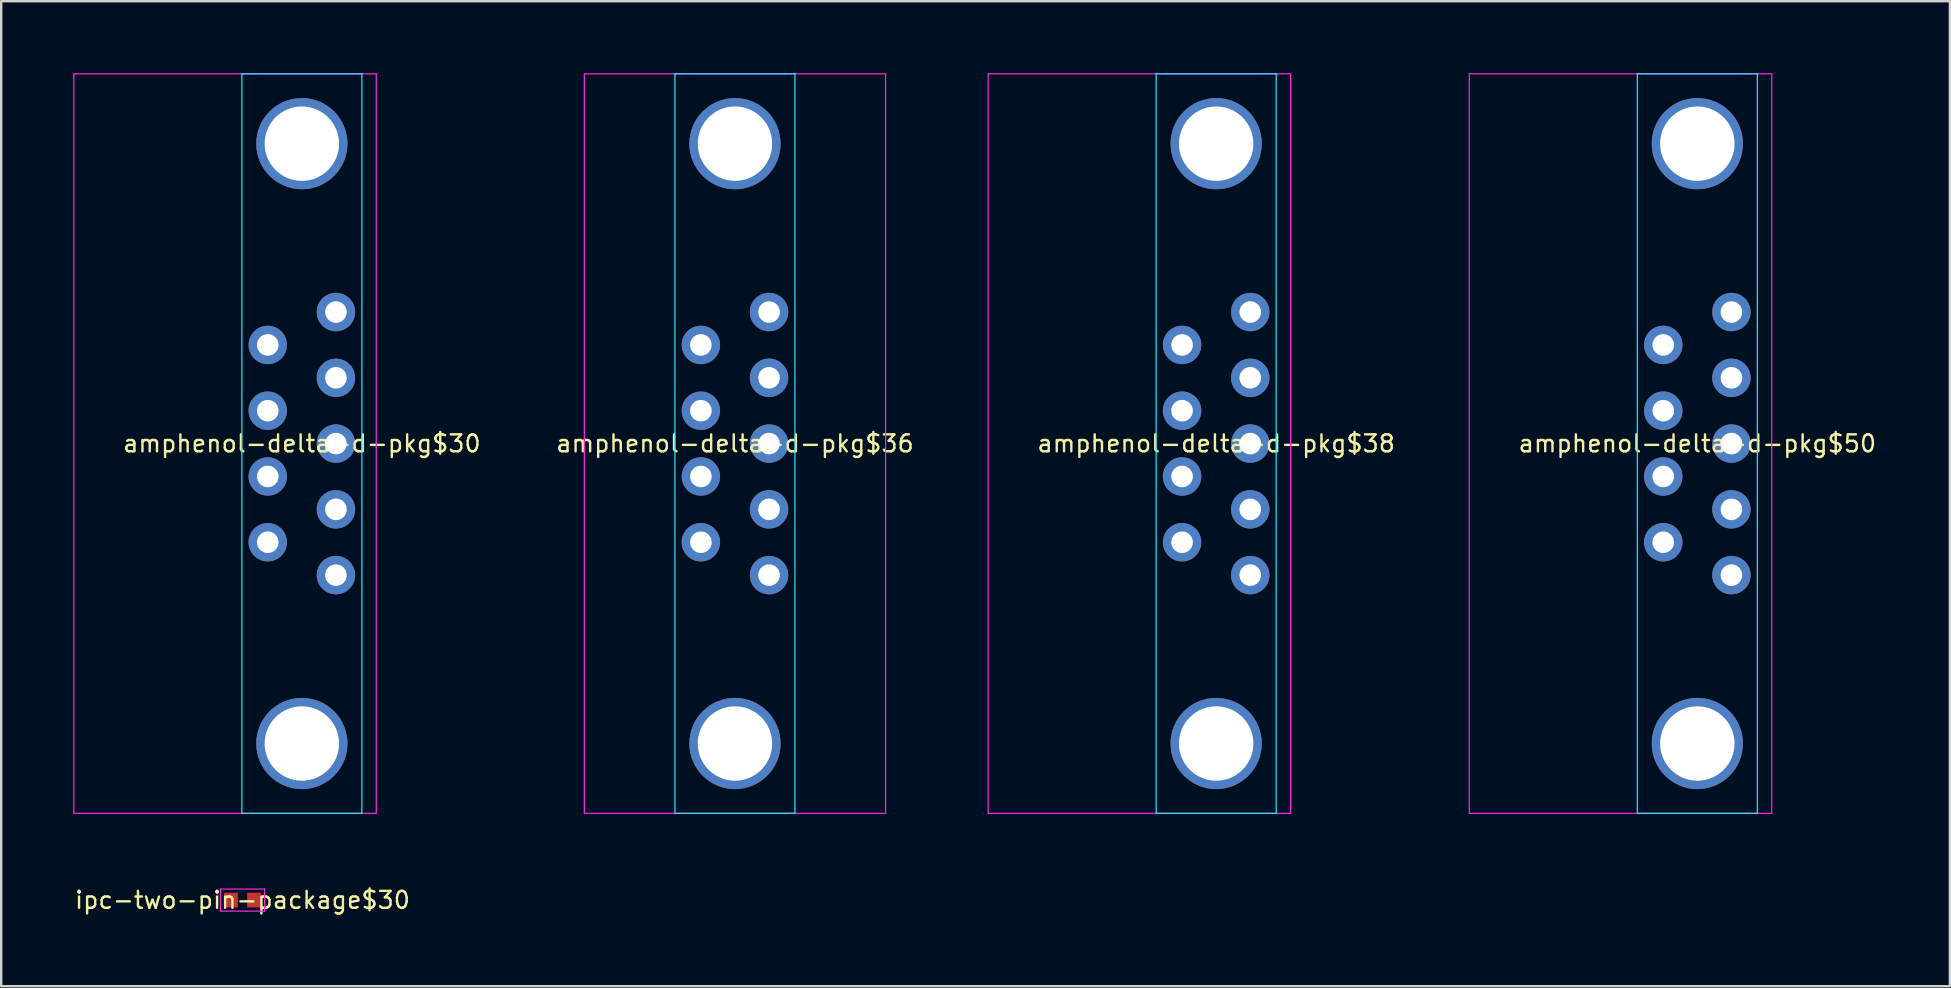
<source format=kicad_pcb>
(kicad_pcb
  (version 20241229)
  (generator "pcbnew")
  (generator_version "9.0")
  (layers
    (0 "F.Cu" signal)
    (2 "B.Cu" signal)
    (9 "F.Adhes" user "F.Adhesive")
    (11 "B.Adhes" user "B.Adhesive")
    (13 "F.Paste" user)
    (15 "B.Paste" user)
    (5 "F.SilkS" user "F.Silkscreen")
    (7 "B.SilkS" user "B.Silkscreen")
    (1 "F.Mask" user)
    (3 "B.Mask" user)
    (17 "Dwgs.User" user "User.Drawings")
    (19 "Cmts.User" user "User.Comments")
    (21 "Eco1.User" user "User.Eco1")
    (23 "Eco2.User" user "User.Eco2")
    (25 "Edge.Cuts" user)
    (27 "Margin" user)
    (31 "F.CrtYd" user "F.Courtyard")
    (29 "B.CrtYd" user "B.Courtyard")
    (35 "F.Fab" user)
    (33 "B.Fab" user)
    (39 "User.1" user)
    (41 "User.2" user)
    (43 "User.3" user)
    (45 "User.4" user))
  (footprint "ipc-two-pin-package$30"
    (layer "F.Cu")
    (at 7.051 34.448)
    (property "Reference" "ipc-two-pin-package$30" (at 0 0 0) (layer "F.SilkS") (effects (font (size 0.706 0.706) (thickness 0.1))))
    (attr through_hole)
    (fp_poly (pts (xy -0.765 0.31) (xy -0.195 0.31) (xy -0.195 -0.31) (xy -0.765 -0.31)) (stroke (width 0) (type solid)) (fill yes) (layer "F.Mask"))
    (fp_poly (pts (xy 0.195 0.31) (xy 0.765 0.31) (xy 0.765 -0.31) (xy 0.195 -0.31)) (stroke (width 0) (type solid)) (fill yes) (layer "F.Mask"))
    (fp_poly (pts (xy -0.765 0.31) (xy -0.195 0.31) (xy -0.195 -0.31) (xy -0.765 -0.31)) (stroke (width 0) (type solid)) (fill yes) (layer "F.Paste"))
    (fp_poly (pts (xy 0.195 0.31) (xy 0.765 0.31) (xy 0.765 -0.31) (xy 0.195 -0.31)) (stroke (width 0) (type solid)) (fill yes) (layer "F.Paste"))
    (fp_line (start -0.92 -0.46) (end -0.92 0.46) (stroke (width 0.05) (type solid)) (layer "F.CrtYd"))
    (fp_line (start -0.92 0.46) (end 0.92 0.46) (stroke (width 0.05) (type solid)) (layer "F.CrtYd"))
    (fp_line (start 0.92 -0.46) (end -0.92 -0.46) (stroke (width 0.05) (type solid)) (layer "F.CrtYd"))
    (fp_line (start 0.92 0.46) (end 0.92 -0.46) (stroke (width 0.05) (type solid)) (layer "F.CrtYd"))
    (pad "1" smd rect (at -0.48 0) (size 0.57 0.62) (layers "F.Cu"))
    (pad "2" smd rect (at 0.48 0) (size 0.57 0.62) (layers "F.Cu")))
  (footprint "amphenol-delta-d-pkg$38"
    (layer "F.Cu")
    (at 47.616 15.43)
    (property "Reference" "amphenol-delta-d-pkg$38" (at 0 0 0) (layer "F.SilkS") (effects (font (size 0.706 0.706) (thickness 0.1))))
    (attr through_hole)
    (fp_line (start -2.5 -15.405) (end -2.5 15.405) (stroke (width 0.05) (type solid)) (layer "B.CrtYd"))
    (fp_line (start -2.5 15.405) (end 2.5 15.405) (stroke (width 0.05) (type solid)) (layer "B.CrtYd"))
    (fp_line (start 2.5 -15.405) (end -2.5 -15.405) (stroke (width 0.05) (type solid)) (layer "B.CrtYd"))
    (fp_line (start 2.5 15.405) (end 2.5 -15.405) (stroke (width 0.05) (type solid)) (layer "B.CrtYd"))
    (fp_line (start -9.5 -15.405) (end -9.5 15.405) (stroke (width 0.05) (type solid)) (layer "F.CrtYd"))
    (fp_line (start -9.5 15.405) (end 3.1 15.405) (stroke (width 0.05) (type solid)) (layer "F.CrtYd"))
    (fp_line (start 3.1 -15.405) (end -9.5 -15.405) (stroke (width 0.05) (type solid)) (layer "F.CrtYd"))
    (fp_line (start 3.1 15.405) (end 3.1 -15.405) (stroke (width 0.05) (type solid)) (layer "F.CrtYd"))
    (pad "1" thru_hole circle (at 1.42 5.48) (size 1.6 1.6) (drill 0.9) (layers "*.Cu" "*.Mask"))
    (pad "2" thru_hole circle (at 1.42 2.74) (size 1.6 1.6) (drill 0.9) (layers "*.Cu" "*.Mask"))
    (pad "3" thru_hole circle (at 1.42 0) (size 1.6 1.6) (drill 0.9) (layers "*.Cu" "*.Mask"))
    (pad "4" thru_hole circle (at 1.42 -2.74) (size 1.6 1.6) (drill 0.9) (layers "*.Cu" "*.Mask"))
    (pad "5" thru_hole circle (at 1.42 -5.48) (size 1.6 1.6) (drill 0.9) (layers "*.Cu" "*.Mask"))
    (pad "6" thru_hole circle (at -1.42 4.11) (size 1.6 1.6) (drill 0.9) (layers "*.Cu" "*.Mask"))
    (pad "7" thru_hole circle (at -1.42 1.37) (size 1.6 1.6) (drill 0.9) (layers "*.Cu" "*.Mask"))
    (pad "8" thru_hole circle (at -1.42 -1.37) (size 1.6 1.6) (drill 0.9) (layers "*.Cu" "*.Mask"))
    (pad "9" thru_hole circle (at -1.42 -4.11) (size 1.6 1.6) (drill 0.9) (layers "*.Cu" "*.Mask"))
    (pad "10" thru_hole circle (at 0 -12.495) (size 3.8 3.8) (drill 3.1) (layers "*.Cu" "*.Mask"))
    (pad "11" thru_hole circle (at 0 12.495) (size 3.8 3.8) (drill 3.1) (layers "*.Cu" "*.Mask")))
  (footprint "amphenol-delta-d-pkg$36"
    (layer "F.Cu")
    (at 27.569 15.43)
    (property "Reference" "amphenol-delta-d-pkg$36" (at 0 0 0) (layer "F.SilkS") (effects (font (size 0.706 0.706) (thickness 0.1))))
    (attr through_hole)
    (fp_line (start -2.5 -15.405) (end -2.5 15.405) (stroke (width 0.05) (type solid)) (layer "B.CrtYd"))
    (fp_line (start -2.5 15.405) (end 2.5 15.405) (stroke (width 0.05) (type solid)) (layer "B.CrtYd"))
    (fp_line (start 2.5 -15.405) (end -2.5 -15.405) (stroke (width 0.05) (type solid)) (layer "B.CrtYd"))
    (fp_line (start 2.5 15.405) (end 2.5 -15.405) (stroke (width 0.05) (type solid)) (layer "B.CrtYd"))
    (fp_line (start -6.275 -15.405) (end -6.275 15.405) (stroke (width 0.05) (type solid)) (layer "F.CrtYd"))
    (fp_line (start -6.275 15.405) (end 6.275 15.405) (stroke (width 0.05) (type solid)) (layer "F.CrtYd"))
    (fp_line (start 6.275 -15.405) (end -6.275 -15.405) (stroke (width 0.05) (type solid)) (layer "F.CrtYd"))
    (fp_line (start 6.275 15.405) (end 6.275 -15.405) (stroke (width 0.05) (type solid)) (layer "F.CrtYd"))
    (pad "1" thru_hole circle (at 1.42 -5.48) (size 1.6 1.6) (drill 0.9) (layers "*.Cu" "*.Mask"))
    (pad "2" thru_hole circle (at 1.42 -2.74) (size 1.6 1.6) (drill 0.9) (layers "*.Cu" "*.Mask"))
    (pad "3" thru_hole circle (at 1.42 0) (size 1.6 1.6) (drill 0.9) (layers "*.Cu" "*.Mask"))
    (pad "4" thru_hole circle (at 1.42 2.74) (size 1.6 1.6) (drill 0.9) (layers "*.Cu" "*.Mask"))
    (pad "5" thru_hole circle (at 1.42 5.48) (size 1.6 1.6) (drill 0.9) (layers "*.Cu" "*.Mask"))
    (pad "6" thru_hole circle (at -1.42 -4.11) (size 1.6 1.6) (drill 0.9) (layers "*.Cu" "*.Mask"))
    (pad "7" thru_hole circle (at -1.42 -1.37) (size 1.6 1.6) (drill 0.9) (layers "*.Cu" "*.Mask"))
    (pad "8" thru_hole circle (at -1.42 1.37) (size 1.6 1.6) (drill 0.9) (layers "*.Cu" "*.Mask"))
    (pad "9" thru_hole circle (at -1.42 4.11) (size 1.6 1.6) (drill 0.9) (layers "*.Cu" "*.Mask"))
    (pad "10" thru_hole circle (at 0 -12.495) (size 3.8 3.8) (drill 3.1) (layers "*.Cu" "*.Mask"))
    (pad "11" thru_hole circle (at 0 12.495) (size 3.8 3.8) (drill 3.1) (layers "*.Cu" "*.Mask")))
  (footprint "amphenol-delta-d-pkg$50"
    (layer "F.Cu")
    (at 67.662 15.43)
    (property "Reference" "amphenol-delta-d-pkg$50" (at 0 0 0) (layer "F.SilkS") (effects (font (size 0.706 0.706) (thickness 0.1))))
    (attr through_hole)
    (fp_line (start -2.5 -15.405) (end -2.5 15.405) (stroke (width 0.05) (type solid)) (layer "B.CrtYd"))
    (fp_line (start -2.5 15.405) (end 2.5 15.405) (stroke (width 0.05) (type solid)) (layer "B.CrtYd"))
    (fp_line (start 2.5 -15.405) (end -2.5 -15.405) (stroke (width 0.05) (type solid)) (layer "B.CrtYd"))
    (fp_line (start 2.5 15.405) (end 2.5 -15.405) (stroke (width 0.05) (type solid)) (layer "B.CrtYd"))
    (fp_line (start -9.5 -15.405) (end -9.5 15.405) (stroke (width 0.05) (type solid)) (layer "F.CrtYd"))
    (fp_line (start -9.5 15.405) (end 3.1 15.405) (stroke (width 0.05) (type solid)) (layer "F.CrtYd"))
    (fp_line (start 3.1 -15.405) (end -9.5 -15.405) (stroke (width 0.05) (type solid)) (layer "F.CrtYd"))
    (fp_line (start 3.1 15.405) (end 3.1 -15.405) (stroke (width 0.05) (type solid)) (layer "F.CrtYd"))
    (pad "1" thru_hole circle (at 1.42 5.48) (size 1.6 1.6) (drill 0.9) (layers "*.Cu" "*.Mask"))
    (pad "2" thru_hole circle (at 1.42 2.74) (size 1.6 1.6) (drill 0.9) (layers "*.Cu" "*.Mask"))
    (pad "3" thru_hole circle (at 1.42 0) (size 1.6 1.6) (drill 0.9) (layers "*.Cu" "*.Mask"))
    (pad "4" thru_hole circle (at 1.42 -2.74) (size 1.6 1.6) (drill 0.9) (layers "*.Cu" "*.Mask"))
    (pad "5" thru_hole circle (at 1.42 -5.48) (size 1.6 1.6) (drill 0.9) (layers "*.Cu" "*.Mask"))
    (pad "6" thru_hole circle (at -1.42 4.11) (size 1.6 1.6) (drill 0.9) (layers "*.Cu" "*.Mask"))
    (pad "7" thru_hole circle (at -1.42 1.37) (size 1.6 1.6) (drill 0.9) (layers "*.Cu" "*.Mask"))
    (pad "8" thru_hole circle (at -1.42 -1.37) (size 1.6 1.6) (drill 0.9) (layers "*.Cu" "*.Mask"))
    (pad "9" thru_hole circle (at -1.42 -4.11) (size 1.6 1.6) (drill 0.9) (layers "*.Cu" "*.Mask"))
    (pad "10" thru_hole circle (at 0 -12.495) (size 3.8 3.8) (drill 3.1) (layers "*.Cu" "*.Mask"))
    (pad "11" thru_hole circle (at 0 12.495) (size 3.8 3.8) (drill 3.1) (layers "*.Cu" "*.Mask")))
  (footprint "amphenol-delta-d-pkg$30"
    (layer "F.Cu")
    (at 9.525 15.43)
    (property "Reference" "amphenol-delta-d-pkg$30" (at 0 0 0) (layer "F.SilkS") (effects (font (size 0.706 0.706) (thickness 0.1))))
    (attr through_hole)
    (fp_line (start -2.5 -15.405) (end -2.5 15.405) (stroke (width 0.05) (type solid)) (layer "B.CrtYd"))
    (fp_line (start -2.5 15.405) (end 2.5 15.405) (stroke (width 0.05) (type solid)) (layer "B.CrtYd"))
    (fp_line (start 2.5 -15.405) (end -2.5 -15.405) (stroke (width 0.05) (type solid)) (layer "B.CrtYd"))
    (fp_line (start 2.5 15.405) (end 2.5 -15.405) (stroke (width 0.05) (type solid)) (layer "B.CrtYd"))
    (fp_line (start -9.5 -15.405) (end -9.5 15.405) (stroke (width 0.05) (type solid)) (layer "F.CrtYd"))
    (fp_line (start -9.5 15.405) (end 3.1 15.405) (stroke (width 0.05) (type solid)) (layer "F.CrtYd"))
    (fp_line (start 3.1 -15.405) (end -9.5 -15.405) (stroke (width 0.05) (type solid)) (layer "F.CrtYd"))
    (fp_line (start 3.1 15.405) (end 3.1 -15.405) (stroke (width 0.05) (type solid)) (layer "F.CrtYd"))
    (pad "1" thru_hole circle (at 1.42 5.48) (size 1.6 1.6) (drill 0.9) (layers "*.Cu" "*.Mask"))
    (pad "2" thru_hole circle (at 1.42 2.74) (size 1.6 1.6) (drill 0.9) (layers "*.Cu" "*.Mask"))
    (pad "3" thru_hole circle (at 1.42 0) (size 1.6 1.6) (drill 0.9) (layers "*.Cu" "*.Mask"))
    (pad "4" thru_hole circle (at 1.42 -2.74) (size 1.6 1.6) (drill 0.9) (layers "*.Cu" "*.Mask"))
    (pad "5" thru_hole circle (at 1.42 -5.48) (size 1.6 1.6) (drill 0.9) (layers "*.Cu" "*.Mask"))
    (pad "6" thru_hole circle (at -1.42 4.11) (size 1.6 1.6) (drill 0.9) (layers "*.Cu" "*.Mask"))
    (pad "7" thru_hole circle (at -1.42 1.37) (size 1.6 1.6) (drill 0.9) (layers "*.Cu" "*.Mask"))
    (pad "8" thru_hole circle (at -1.42 -1.37) (size 1.6 1.6) (drill 0.9) (layers "*.Cu" "*.Mask"))
    (pad "9" thru_hole circle (at -1.42 -4.11) (size 1.6 1.6) (drill 0.9) (layers "*.Cu" "*.Mask"))
    (pad "10" thru_hole circle (at 0 -12.495) (size 3.8 3.8) (drill 3.1) (layers "*.Cu" "*.Mask"))
    (pad "11" thru_hole circle (at 0 12.495) (size 3.8 3.8) (drill 3.1) (layers "*.Cu" "*.Mask")))
  (gr_rect
    (start -3 -3)
    (end 78.184 38.037)
    (stroke (width 0.1) (type default))
    (fill no)
    (layer "Edge.Cuts")))
</source>
